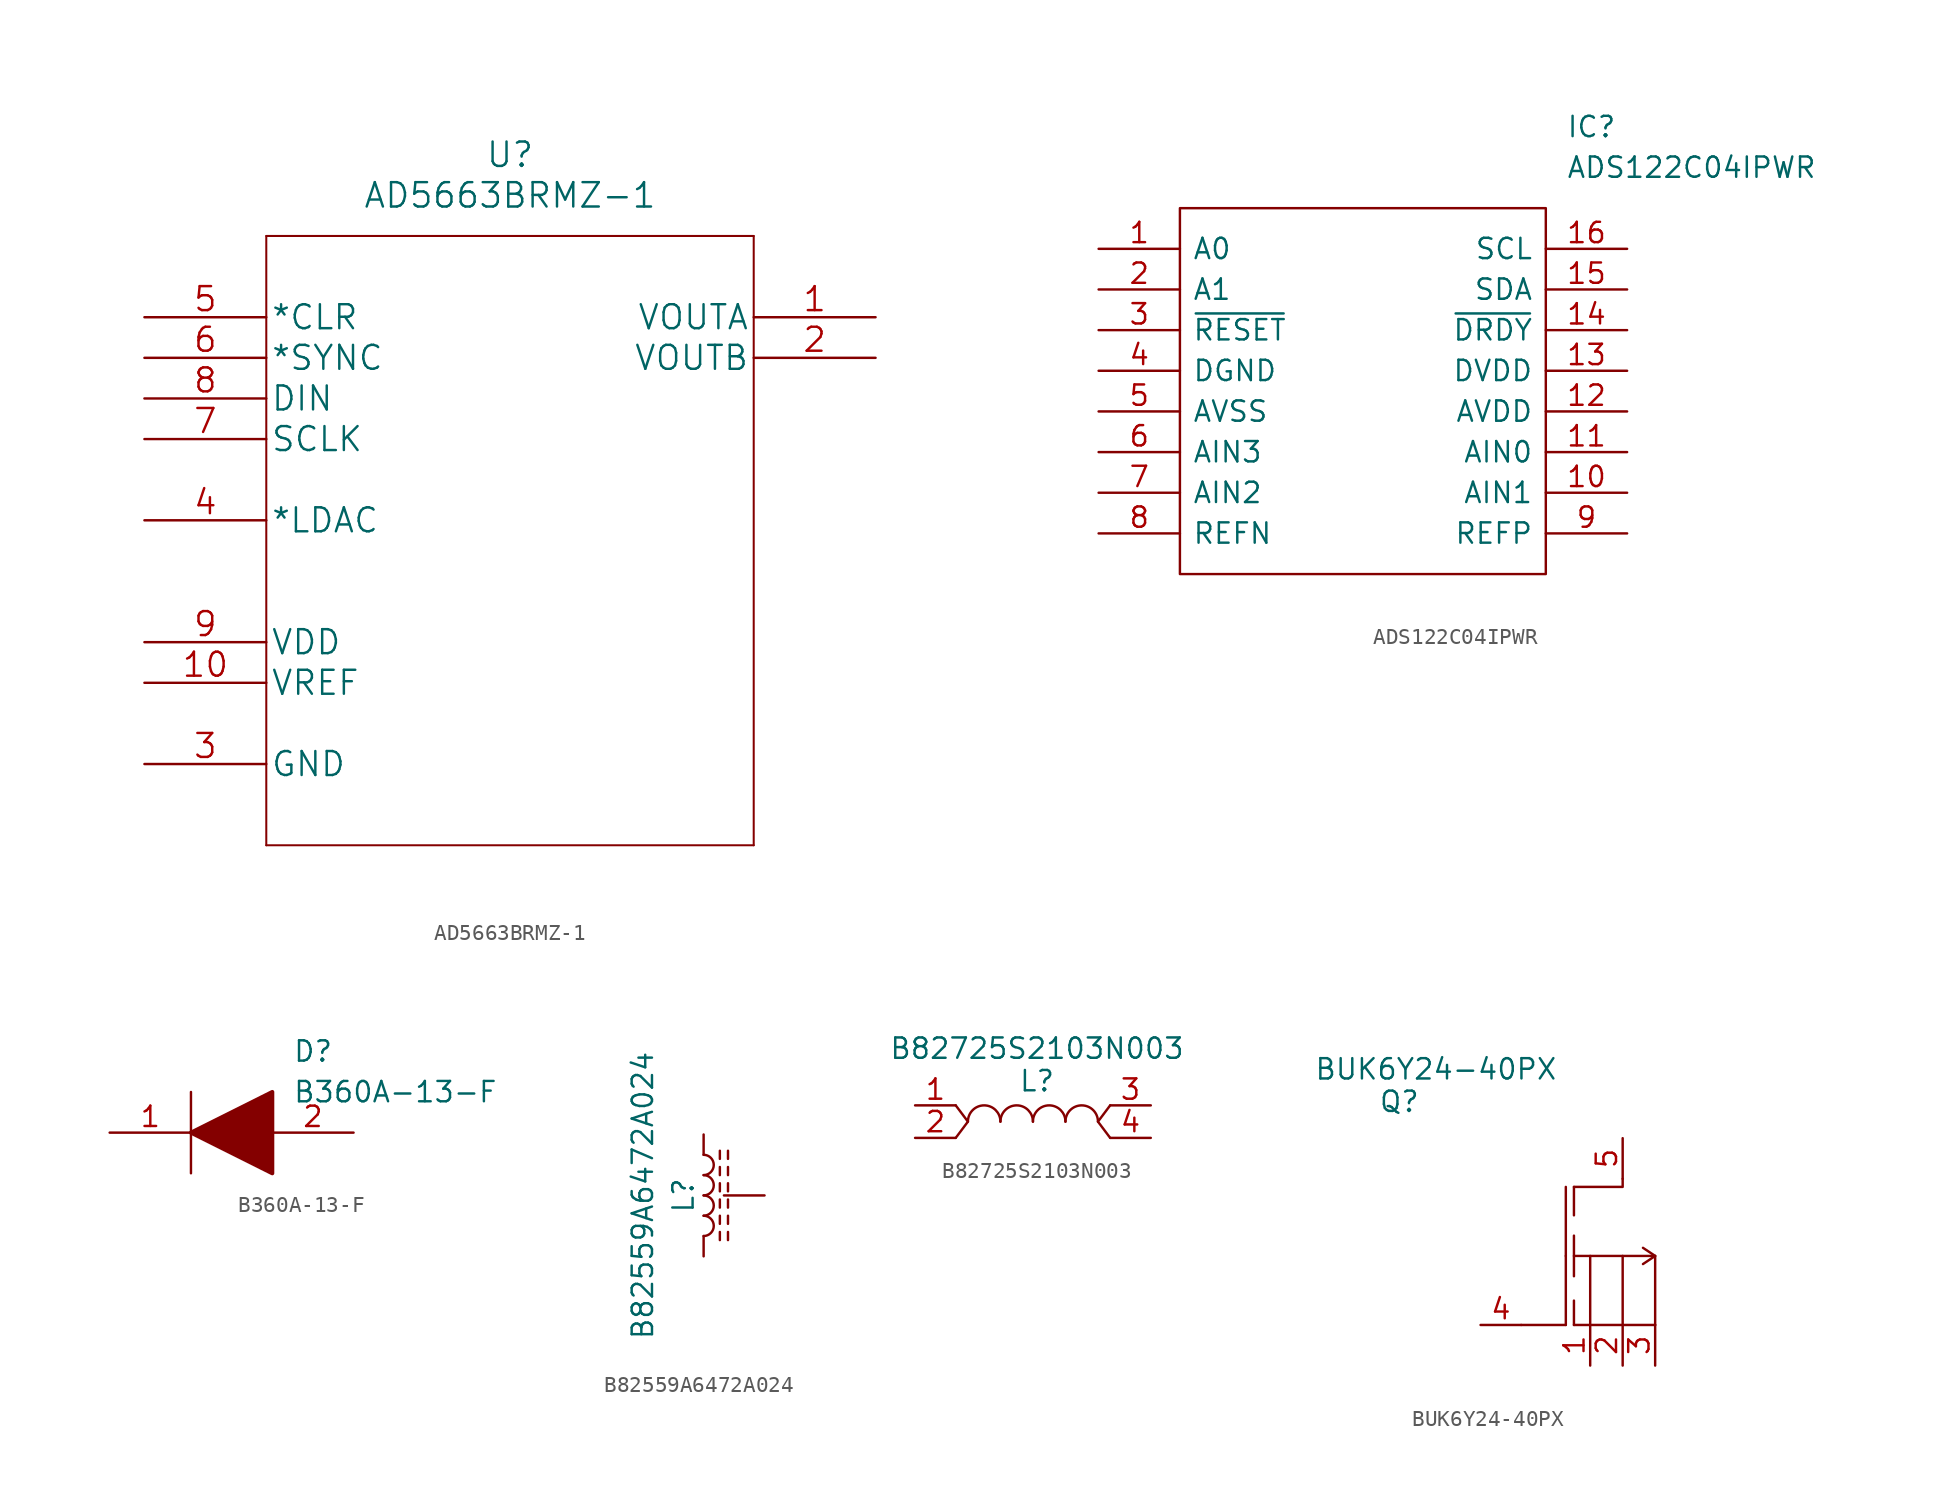
<source format=kicad_sym>
(kicad_symbol_lib
  (version 20231120)
  (generator "kicad_symbol_editor")
  (generator_version "8.0")
  (symbol "AD5663BRMZ-1"
    (pin_names
      (offset 0.254))
    (property "Reference" "U"
      (at 22.86 10.16 0)
      (effects (font (size 1.524 1.524))))
    (property "Value" "AD5663BRMZ-1"
      (at 22.86 7.62 0)
      (effects (font (size 1.524 1.524))))
    (property "Datasheet" ""
      (at 0 0 0)
      (effects (font (size 1.524 1.524))))
    (symbol "AD5663BRMZ-1_1_1"
      (polyline (pts (xy 7.62 -33.02) (xy 38.1 -33.02)) (stroke (width 0.127) (type solid)) (fill (type none)))
      (polyline (pts (xy 7.62 5.08) (xy 7.62 -33.02)) (stroke (width 0.127) (type solid)) (fill (type none)))
      (polyline (pts (xy 38.1 -33.02) (xy 38.1 5.08)) (stroke (width 0.127) (type solid)) (fill (type none)))
      (polyline (pts (xy 38.1 5.08) (xy 7.62 5.08)) (stroke (width 0.127) (type solid)) (fill (type none)))
      (pin output line (at 45.72 0 180) (length 7.62) (name "VOUTA" (effects (font (size 1.499 1.499)))) (number "1" (effects (font (size 1.499 1.499)))))
      (pin power_in line (at 0 -22.86 0) (length 7.62) (name "VREF" (effects (font (size 1.499 1.499)))) (number "10" (effects (font (size 1.499 1.499)))))
      (pin output line (at 45.72 -2.54 180) (length 7.62) (name "VOUTB" (effects (font (size 1.499 1.499)))) (number "2" (effects (font (size 1.499 1.499)))))
      (pin power_in line (at 0 -27.94 0) (length 7.62) (name "GND" (effects (font (size 1.499 1.499)))) (number "3" (effects (font (size 1.499 1.499)))))
      (pin unspecified line (at 0 -12.7 0) (length 7.62) (name "*LDAC" (effects (font (size 1.499 1.499)))) (number "4" (effects (font (size 1.499 1.499)))))
      (pin input line (at 0 0 0) (length 7.62) (name "*CLR" (effects (font (size 1.499 1.499)))) (number "5" (effects (font (size 1.499 1.499)))))
      (pin input line (at 0 -2.54 0) (length 7.62) (name "*SYNC" (effects (font (size 1.499 1.499)))) (number "6" (effects (font (size 1.499 1.499)))))
      (pin input line (at 0 -7.62 0) (length 7.62) (name "SCLK" (effects (font (size 1.499 1.499)))) (number "7" (effects (font (size 1.499 1.499)))))
      (pin input line (at 0 -5.08 0) (length 7.62) (name "DIN" (effects (font (size 1.499 1.499)))) (number "8" (effects (font (size 1.499 1.499)))))
      (pin power_in line (at 0 -20.32 0) (length 7.62) (name "VDD" (effects (font (size 1.499 1.499)))) (number "9" (effects (font (size 1.499 1.499)))))))
  (symbol "ADS122C04IPWR"
    (pin_names
      (offset 0.762))
    (property "Reference" "IC"
      (at 29.21 7.62 0)
      (effects (font (size 1.27 1.27)) (justify left)))
    (property "Value" "ADS122C04IPWR"
      (at 29.21 5.08 0)
      (effects (font (size 1.27 1.27)) (justify left)))
    (symbol "ADS122C04IPWR_0_0"
      (pin passive line (at 0 0 0) (length 5.08) (name "A0" (effects (font (size 1.27 1.27)))) (number "1" (effects (font (size 1.27 1.27)))))
      (pin passive line (at 33.02 -15.24 180) (length 5.08) (name "AIN1" (effects (font (size 1.27 1.27)))) (number "10" (effects (font (size 1.27 1.27)))))
      (pin passive line (at 33.02 -12.7 180) (length 5.08) (name "AIN0" (effects (font (size 1.27 1.27)))) (number "11" (effects (font (size 1.27 1.27)))))
      (pin passive line (at 33.02 -10.16 180) (length 5.08) (name "AVDD" (effects (font (size 1.27 1.27)))) (number "12" (effects (font (size 1.27 1.27)))))
      (pin passive line (at 33.02 -7.62 180) (length 5.08) (name "DVDD" (effects (font (size 1.27 1.27)))) (number "13" (effects (font (size 1.27 1.27)))))
      (pin passive line (at 33.02 -5.08 180) (length 5.08) (name "~{DRDY}" (effects (font (size 1.27 1.27)))) (number "14" (effects (font (size 1.27 1.27)))))
      (pin passive line (at 33.02 -2.54 180) (length 5.08) (name "SDA" (effects (font (size 1.27 1.27)))) (number "15" (effects (font (size 1.27 1.27)))))
      (pin passive line (at 33.02 0 180) (length 5.08) (name "SCL" (effects (font (size 1.27 1.27)))) (number "16" (effects (font (size 1.27 1.27)))))
      (pin passive line (at 0 -2.54 0) (length 5.08) (name "A1" (effects (font (size 1.27 1.27)))) (number "2" (effects (font (size 1.27 1.27)))))
      (pin passive line (at 0 -5.08 0) (length 5.08) (name "~{RESET}" (effects (font (size 1.27 1.27)))) (number "3" (effects (font (size 1.27 1.27)))))
      (pin passive line (at 0 -7.62 0) (length 5.08) (name "DGND" (effects (font (size 1.27 1.27)))) (number "4" (effects (font (size 1.27 1.27)))))
      (pin passive line (at 0 -10.16 0) (length 5.08) (name "AVSS" (effects (font (size 1.27 1.27)))) (number "5" (effects (font (size 1.27 1.27)))))
      (pin passive line (at 0 -12.7 0) (length 5.08) (name "AIN3" (effects (font (size 1.27 1.27)))) (number "6" (effects (font (size 1.27 1.27)))))
      (pin passive line (at 0 -15.24 0) (length 5.08) (name "AIN2" (effects (font (size 1.27 1.27)))) (number "7" (effects (font (size 1.27 1.27)))))
      (pin passive line (at 0 -17.78 0) (length 5.08) (name "REFN" (effects (font (size 1.27 1.27)))) (number "8" (effects (font (size 1.27 1.27)))))
      (pin passive line (at 33.02 -17.78 180) (length 5.08) (name "REFP" (effects (font (size 1.27 1.27)))) (number "9" (effects (font (size 1.27 1.27))))))
    (symbol "ADS122C04IPWR_0_1"
      (polyline (pts (xy 5.08 2.54) (xy 27.94 2.54) (xy 27.94 -20.32) (xy 5.08 -20.32) (xy 5.08 2.54)) (stroke (width 0.152) (type solid)) (fill (type none)))))
  (symbol "B360A-13-F"
    (pin_names
      (offset 0.762))
    (property "Reference" "D"
      (at 11.43 5.08 0)
      (effects (font (size 1.27 1.27)) (justify left)))
    (property "Value" "B360A-13-F"
      (at 11.43 2.54 0)
      (effects (font (size 1.27 1.27)) (justify left)))
    (symbol "B360A-13-F_0_0"
      (pin passive line (at 0 0 0) (length 5.08) (name "~" (effects (font (size 1.27 1.27)))) (number "1" (effects (font (size 1.27 1.27)))))
      (pin passive line (at 15.24 0 180) (length 5.08) (name "~" (effects (font (size 1.27 1.27)))) (number "2" (effects (font (size 1.27 1.27))))))
    (symbol "B360A-13-F_0_1"
      (polyline (pts (xy 5.08 2.54) (xy 5.08 -2.54)) (stroke (width 0.152) (type solid)) (fill (type none)))
      (polyline (pts (xy 5.08 0) (xy 10.16 2.54) (xy 10.16 -2.54) (xy 5.08 0)) (stroke (width 0.254) (type solid)) (fill (type outline)))))
  (symbol "B82559A6472A024"
    (pin_numbers hide)
    (pin_names
      (offset 1.016) hide)
    (property "Reference" "L"
      (at -1.27 0 90)
      (effects (font (size 1.27 1.27))))
    (property "Value" "B82559A6472A024"
      (at -3.81 0 90)
      (effects (font (size 1.27 1.27))))
    (symbol "B82559A6472A024_0_0"
      (pin unspecified line (at 3.81 0 180) (length 2.54) (name "~" (effects (font (size 1.27 1.27)))) (number "3" (effects (font (size 1.27 1.27))))))
    (symbol "B82559A6472A024_0_1"
      (arc (start 0 -2.54) (mid 0.635 -1.905) (end 0 -1.27) (stroke (width 0) (type solid)) (fill (type none)))
      (arc (start 0 -1.27) (mid 0.635 -0.635) (end 0 0) (stroke (width 0) (type solid)) (fill (type none)))
      (polyline (pts (xy 1.016 -2.794) (xy 1.016 -2.286)) (stroke (width 0) (type solid)) (fill (type none)))
      (polyline (pts (xy 1.016 -1.778) (xy 1.016 -1.27)) (stroke (width 0) (type solid)) (fill (type none)))
      (polyline (pts (xy 1.016 -0.762) (xy 1.016 -0.254)) (stroke (width 0) (type solid)) (fill (type none)))
      (polyline (pts (xy 1.016 0.254) (xy 1.016 0.762)) (stroke (width 0) (type solid)) (fill (type none)))
      (polyline (pts (xy 1.016 1.27) (xy 1.016 1.778)) (stroke (width 0) (type solid)) (fill (type none)))
      (polyline (pts (xy 1.016 2.286) (xy 1.016 2.794)) (stroke (width 0) (type solid)) (fill (type none)))
      (polyline (pts (xy 1.524 -2.286) (xy 1.524 -2.794)) (stroke (width 0) (type solid)) (fill (type none)))
      (polyline (pts (xy 1.524 -1.27) (xy 1.524 -1.778)) (stroke (width 0) (type solid)) (fill (type none)))
      (polyline (pts (xy 1.524 -0.254) (xy 1.524 -0.762)) (stroke (width 0) (type solid)) (fill (type none)))
      (polyline (pts (xy 1.524 0.762) (xy 1.524 0.254)) (stroke (width 0) (type solid)) (fill (type none)))
      (polyline (pts (xy 1.524 1.778) (xy 1.524 1.27)) (stroke (width 0) (type solid)) (fill (type none)))
      (polyline (pts (xy 1.524 2.794) (xy 1.524 2.286)) (stroke (width 0) (type solid)) (fill (type none)))
      (arc (start 0 0) (mid 0.635 0.635) (end 0 1.27) (stroke (width 0) (type solid)) (fill (type none)))
      (arc (start 0 1.27) (mid 0.635 1.905) (end 0 2.54) (stroke (width 0) (type solid)) (fill (type none))))
    (symbol "B82559A6472A024_1_1"
      (pin passive line (at 0 3.81 270) (length 1.27) (name "1" (effects (font (size 1.27 1.27)))) (number "1" (effects (font (size 1.27 1.27)))))
      (pin passive line (at 0 -3.81 90) (length 1.27) (name "2" (effects (font (size 1.27 1.27)))) (number "2" (effects (font (size 1.27 1.27)))))))
  (symbol "B82725S2103N003"
    (pin_names
      (offset 1.016))
    (property "Reference" "L"
      (at 0 2.54 0)
      (effects (font (size 1.27 1.27))))
    (property "Value" "B82725S2103N003"
      (at 0 4.572 0)
      (effects (font (size 1.27 1.27))))
    (symbol "B82725S2103N003_0_0"
      (pin unspecified line (at -7.62 1.016 0) (length 2.54) (name "~" (effects (font (size 1.27 1.27)))) (number "1" (effects (font (size 1.27 1.27)))))
      (pin unspecified line (at -7.62 -1.016 0) (length 2.54) (name "~" (effects (font (size 1.27 1.27)))) (number "2" (effects (font (size 1.27 1.27)))))
      (pin unspecified line (at 7.112 1.016 180) (length 2.54) (name "~" (effects (font (size 1.27 1.27)))) (number "3" (effects (font (size 1.27 1.27)))))
      (pin unspecified line (at 7.112 -1.016 180) (length 2.54) (name "~" (effects (font (size 1.27 1.27)))) (number "4" (effects (font (size 1.27 1.27))))))
    (symbol "B82725S2103N003_0_1"
      (arc (start -2.286 0) (mid -3.302 1.016) (end -4.318 0) (stroke (width 0) (type solid)) (fill (type none)))
      (arc (start -0.254 0) (mid -1.27 1.016) (end -2.286 0) (stroke (width 0) (type solid)) (fill (type none)))
      (polyline (pts (xy -5.08 1.016) (xy -4.318 0) (xy -5.08 -1.016)) (stroke (width 0) (type solid)) (fill (type none)))
      (polyline (pts (xy 4.572 1.016) (xy 3.81 0) (xy 4.572 -1.016)) (stroke (width 0) (type solid)) (fill (type none)))
      (arc (start 1.778 0) (mid 0.762 1.016) (end -0.254 0) (stroke (width 0) (type solid)) (fill (type none)))
      (arc (start 3.81 0) (mid 2.794 1.016) (end 1.778 0) (stroke (width 0) (type solid)) (fill (type none)))))
  (symbol "BUK6Y24-40PX"
    (pin_names
      (offset 1.016))
    (property "Reference" "Q"
      (at -13.97 5.334 0)
      (effects (font (size 1.27 1.27))))
    (property "Value" "BUK6Y24-40PX"
      (at -11.684 7.366 0)
      (effects (font (size 1.27 1.27))))
    (symbol "BUK6Y24-40PX_0_0"
      (pin unspecified line (at -2.032 -11.176 90) (length 2.54) (name "~" (effects (font (size 1.27 1.27)))) (number "1" (effects (font (size 1.27 1.27)))))
      (pin unspecified line (at 0 -11.176 90) (length 2.54) (name "~" (effects (font (size 1.27 1.27)))) (number "2" (effects (font (size 1.27 1.27)))))
      (pin unspecified line (at 2.032 -11.176 90) (length 2.54) (name "~" (effects (font (size 1.27 1.27)))) (number "3" (effects (font (size 1.27 1.27)))))
      (pin unspecified line (at -8.89 -8.636 0) (length 2.54) (name "~" (effects (font (size 1.27 1.27)))) (number "4" (effects (font (size 1.27 1.27)))))
      (pin unspecified line (at 0 3.048 270) (length 2.54) (name "~" (effects (font (size 1.27 1.27)))) (number "5" (effects (font (size 1.27 1.27))))))
    (symbol "BUK6Y24-40PX_0_1"
      (polyline (pts (xy -3.556 -8.636) (xy -6.35 -8.636)) (stroke (width 0) (type solid)) (fill (type none)))
      (polyline (pts (xy -3.556 -4.318) (xy -3.556 -8.636)) (stroke (width 0) (type solid)) (fill (type none)))
      (polyline (pts (xy -3.556 -4.318) (xy -3.556 0)) (stroke (width 0) (type solid)) (fill (type none)))
      (polyline (pts (xy -3.048 -8.636) (xy -3.048 -7.112)) (stroke (width 0) (type solid)) (fill (type none)))
      (polyline (pts (xy -3.048 -8.636) (xy 2.032 -8.636)) (stroke (width 0) (type solid)) (fill (type none)))
      (polyline (pts (xy -3.048 -3.048) (xy -3.048 -5.588)) (stroke (width 0) (type solid)) (fill (type none)))
      (polyline (pts (xy -3.048 0) (xy -3.048 -1.778)) (stroke (width 0) (type solid)) (fill (type none)))
      (polyline (pts (xy -2.032 -8.636) (xy -2.032 -4.318)) (stroke (width 0) (type solid)) (fill (type none)))
      (polyline (pts (xy 0 -8.636) (xy 0 -4.318)) (stroke (width 0) (type solid)) (fill (type none)))
      (polyline (pts (xy 2.032 -4.318) (xy 1.27 -4.826)) (stroke (width 0) (type solid)) (fill (type none)))
      (polyline (pts (xy 2.032 -4.318) (xy 1.27 -3.81)) (stroke (width 0) (type solid)) (fill (type none)))
      (polyline (pts (xy -3.048 -4.318) (xy 2.032 -4.318) (xy 2.032 -8.636)) (stroke (width 0) (type solid)) (fill (type none)))
      (polyline (pts (xy -3.048 0) (xy 0 0) (xy 0 0.508)) (stroke (width 0) (type solid)) (fill (type none))))))
</source>
